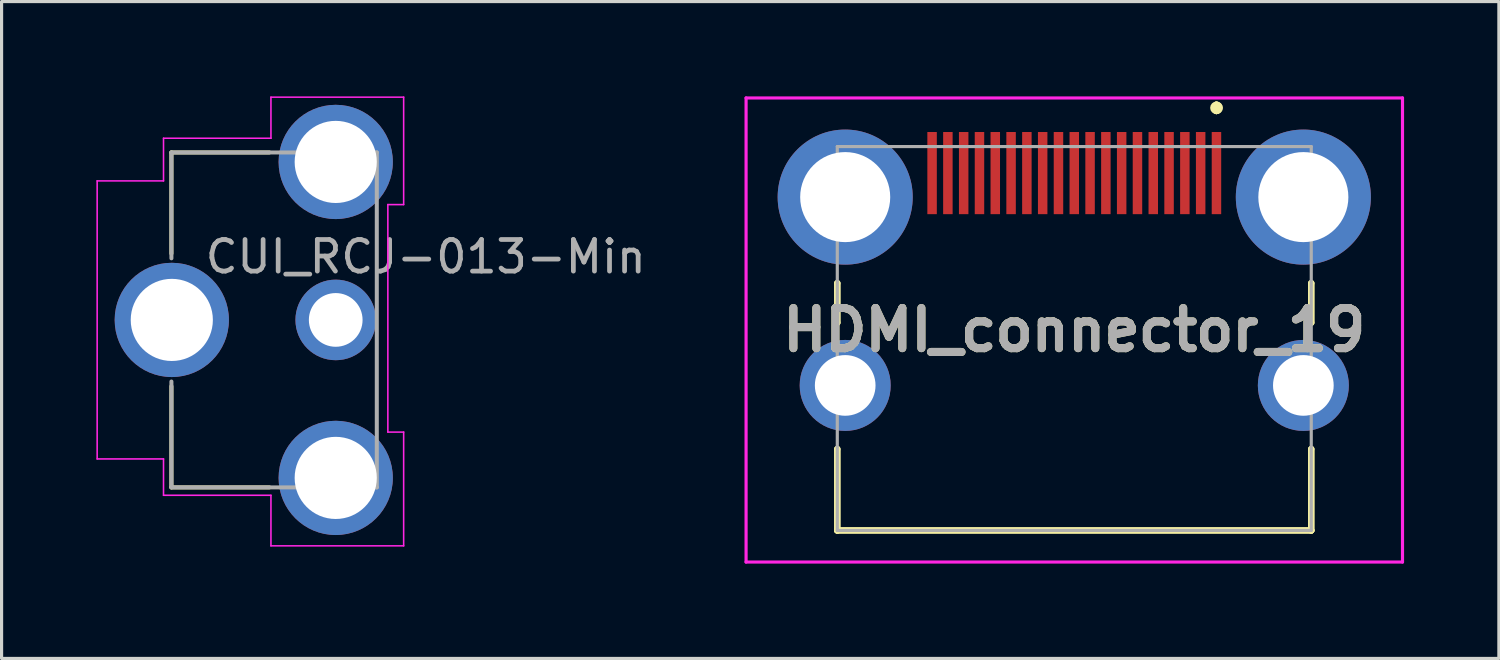
<source format=kicad_pcb>
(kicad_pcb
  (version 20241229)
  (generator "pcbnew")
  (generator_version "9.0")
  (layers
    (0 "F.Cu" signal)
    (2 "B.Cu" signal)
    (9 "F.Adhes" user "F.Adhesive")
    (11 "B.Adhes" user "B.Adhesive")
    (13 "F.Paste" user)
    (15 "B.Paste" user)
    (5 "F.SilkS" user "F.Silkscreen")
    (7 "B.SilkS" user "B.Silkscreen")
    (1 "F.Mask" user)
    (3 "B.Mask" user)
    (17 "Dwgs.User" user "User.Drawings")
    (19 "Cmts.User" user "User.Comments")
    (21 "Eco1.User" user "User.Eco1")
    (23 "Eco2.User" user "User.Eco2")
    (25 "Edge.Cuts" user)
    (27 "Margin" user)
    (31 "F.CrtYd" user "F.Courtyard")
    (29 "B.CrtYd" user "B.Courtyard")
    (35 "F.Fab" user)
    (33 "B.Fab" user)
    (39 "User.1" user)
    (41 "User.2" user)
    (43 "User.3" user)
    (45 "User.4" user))
  (footprint "HDMI_connector_19"
    (layer "F.Cu")
    (at 30.949 9.148)
    (property "Reference" "HDMI_connector_19" (at 0 -1.754 0) (layer "F.SilkS") (effects (font (size 1.27 1.27) (thickness 0.254))))
    (attr through_hole)
    (fp_line (start -7.5 -3.235) (end -7.5 -3.235) (stroke (width 0.2) (type solid)) (layer "F.SilkS"))
    (fp_line (start -7.5 -3.235) (end -7.5 -1.985) (stroke (width 0.2) (type solid)) (layer "F.SilkS"))
    (fp_line (start -7.5 -1.985) (end -7.5 -3.235) (stroke (width 0.2) (type solid)) (layer "F.SilkS"))
    (fp_line (start -7.5 -1.985) (end -7.5 -1.985) (stroke (width 0.2) (type solid)) (layer "F.SilkS"))
    (fp_line (start -7.5 2.015) (end -7.5 2.015) (stroke (width 0.2) (type solid)) (layer "F.SilkS"))
    (fp_line (start -7.5 2.015) (end -7.5 4.59) (stroke (width 0.2) (type solid)) (layer "F.SilkS"))
    (fp_line (start -7.5 4.59) (end -7.5 2.015) (stroke (width 0.2) (type solid)) (layer "F.SilkS"))
    (fp_line (start -7.5 4.59) (end -7.5 4.59) (stroke (width 0.2) (type solid)) (layer "F.SilkS"))
    (fp_line (start -7.5 4.59) (end -7.5 4.59) (stroke (width 0.2) (type solid)) (layer "F.SilkS"))
    (fp_line (start -7.5 4.59) (end 7.5 4.59) (stroke (width 0.2) (type solid)) (layer "F.SilkS"))
    (fp_line (start 4.5 -8.885) (end 4.5 -8.885) (stroke (width 0.2) (type solid)) (layer "F.SilkS"))
    (fp_line (start 4.5 -8.685) (end 4.5 -8.685) (stroke (width 0.2) (type solid)) (layer "F.SilkS"))
    (fp_line (start 4.5 -8.685) (end 4.5 -8.685) (stroke (width 0.2) (type solid)) (layer "F.SilkS"))
    (fp_line (start 7.5 -3.235) (end 7.5 -3.235) (stroke (width 0.2) (type solid)) (layer "F.SilkS"))
    (fp_line (start 7.5 -3.235) (end 7.5 -1.985) (stroke (width 0.2) (type solid)) (layer "F.SilkS"))
    (fp_line (start 7.5 -1.985) (end 7.5 -3.235) (stroke (width 0.2) (type solid)) (layer "F.SilkS"))
    (fp_line (start 7.5 -1.985) (end 7.5 -1.985) (stroke (width 0.2) (type solid)) (layer "F.SilkS"))
    (fp_line (start 7.5 2.015) (end 7.5 2.015) (stroke (width 0.2) (type solid)) (layer "F.SilkS"))
    (fp_line (start 7.5 2.015) (end 7.5 4.59) (stroke (width 0.2) (type solid)) (layer "F.SilkS"))
    (fp_line (start 7.5 4.59) (end -7.5 4.59) (stroke (width 0.2) (type solid)) (layer "F.SilkS"))
    (fp_line (start 7.5 4.59) (end 7.5 2.015) (stroke (width 0.2) (type solid)) (layer "F.SilkS"))
    (fp_line (start 7.5 4.59) (end 7.5 4.59) (stroke (width 0.2) (type solid)) (layer "F.SilkS"))
    (fp_line (start 7.5 4.59) (end 7.5 4.59) (stroke (width 0.2) (type solid)) (layer "F.SilkS"))
    (fp_arc (start 4.5 -8.885) (mid 4.6 -8.785) (end 4.5 -8.685) (stroke (width 0.2) (type solid)) (layer "F.SilkS"))
    (fp_arc (start 4.5 -8.885) (mid 4.6 -8.785) (end 4.5 -8.685) (stroke (width 0.2) (type solid)) (layer "F.SilkS"))
    (fp_arc (start 4.5 -8.685) (mid 4.4 -8.785) (end 4.5 -8.885) (stroke (width 0.2) (type solid)) (layer "F.SilkS"))
    (fp_line (start -10.387 -9.098) (end 10.388 -9.098) (stroke (width 0.1) (type solid)) (layer "F.CrtYd"))
    (fp_line (start -10.387 5.59) (end -10.387 -9.098) (stroke (width 0.1) (type solid)) (layer "F.CrtYd"))
    (fp_line (start 10.388 -9.098) (end 10.388 5.59) (stroke (width 0.1) (type solid)) (layer "F.CrtYd"))
    (fp_line (start 10.388 5.59) (end -10.387 5.59) (stroke (width 0.1) (type solid)) (layer "F.CrtYd"))
    (fp_line (start -7.5 -7.56) (end -7.5 4.59) (stroke (width 0.1) (type solid)) (layer "F.Fab"))
    (fp_line (start -7.5 4.59) (end 7.5 4.59) (stroke (width 0.1) (type solid)) (layer "F.Fab"))
    (fp_line (start 7.5 -7.56) (end -7.5 -7.56) (stroke (width 0.1) (type solid)) (layer "F.Fab"))
    (fp_line (start 7.5 4.59) (end 7.5 -7.56) (stroke (width 0.1) (type solid)) (layer "F.Fab"))
    (fp_text user "${REFERENCE}" (at 0 -1.754 0) (layer "F.Fab") (effects (font (size 1.27 1.27) (thickness 0.254))))
    (pad "1" smd rect (at 4.5 -6.72) (size 0.3 2.6) (layers "F.Cu" "F.Mask" "F.Paste"))
    (pad "2" smd rect (at 4 -6.72) (size 0.3 2.6) (layers "F.Cu" "F.Mask" "F.Paste"))
    (pad "3" smd rect (at 3.5 -6.72) (size 0.3 2.6) (layers "F.Cu" "F.Mask" "F.Paste"))
    (pad "4" smd rect (at 3 -6.72) (size 0.3 2.6) (layers "F.Cu" "F.Mask" "F.Paste"))
    (pad "5" smd rect (at 2.5 -6.72) (size 0.3 2.6) (layers "F.Cu" "F.Mask" "F.Paste"))
    (pad "6" smd rect (at 2 -6.72) (size 0.3 2.6) (layers "F.Cu" "F.Mask" "F.Paste"))
    (pad "7" smd rect (at 1.5 -6.72) (size 0.3 2.6) (layers "F.Cu" "F.Mask" "F.Paste"))
    (pad "8" smd rect (at 1 -6.72) (size 0.3 2.6) (layers "F.Cu" "F.Mask" "F.Paste"))
    (pad "9" smd rect (at 0.5 -6.72) (size 0.3 2.6) (layers "F.Cu" "F.Mask" "F.Paste"))
    (pad "10" smd rect (at 0 -6.72) (size 0.3 2.6) (layers "F.Cu" "F.Mask" "F.Paste"))
    (pad "11" smd rect (at -0.5 -6.72) (size 0.3 2.6) (layers "F.Cu" "F.Mask" "F.Paste"))
    (pad "12" smd rect (at -1 -6.72) (size 0.3 2.6) (layers "F.Cu" "F.Mask" "F.Paste"))
    (pad "13" smd rect (at -1.5 -6.72) (size 0.3 2.6) (layers "F.Cu" "F.Mask" "F.Paste"))
    (pad "14" smd rect (at -2 -6.72) (size 0.3 2.6) (layers "F.Cu" "F.Mask" "F.Paste"))
    (pad "15" smd rect (at -2.5 -6.72) (size 0.3 2.6) (layers "F.Cu" "F.Mask" "F.Paste"))
    (pad "16" smd rect (at -3 -6.72) (size 0.3 2.6) (layers "F.Cu" "F.Mask" "F.Paste"))
    (pad "17" smd rect (at -3.5 -6.72) (size 0.3 2.6) (layers "F.Cu" "F.Mask" "F.Paste"))
    (pad "18" smd rect (at -4 -6.72) (size 0.3 2.6) (layers "F.Cu" "F.Mask" "F.Paste"))
    (pad "19" smd rect (at -4.5 -6.72) (size 0.3 2.6) (layers "F.Cu" "F.Mask" "F.Paste"))
    (pad "MH1" thru_hole circle (at 7.25 -5.96) (size 4.275 4.275) (drill 2.85) (layers "*.Cu" "*.Mask"))
    (pad "MH2" thru_hole circle (at -7.25 -5.96) (size 4.275 4.275) (drill 2.85) (layers "*.Cu" "*.Mask"))
    (pad "MH3" thru_hole circle (at 7.25 0) (size 2.88 2.88) (drill 1.92) (layers "*.Cu" "*.Mask"))
    (pad "MH4" thru_hole circle (at -7.25 0) (size 2.88 2.88) (drill 1.92) (layers "*.Cu" "*.Mask")))
  (footprint "CUI_RCJ-013-Min"
    (layer "F.Cu")
    (at 1.625 7.075)
    (property "Reference" "CUI_RCJ-013-Min" (at 8.8 -2 0) (layer "F.Fab") (effects (font (size 1.001 1.001) (thickness 0.15))))
    (attr through_hole)
    (fp_line (start 0.75 -5.3) (end 0.75 -2.1) (stroke (width 0.127) (type solid)) (layer "F.SilkS"))
    (fp_line (start 0.75 2.1) (end 0.75 5.3) (stroke (width 0.127) (type solid)) (layer "F.SilkS"))
    (fp_line (start 0.75 5.3) (end 3.85 5.3) (stroke (width 0.127) (type solid)) (layer "F.SilkS"))
    (fp_line (start 3.85 -5.3) (end 0.75 -5.3) (stroke (width 0.127) (type solid)) (layer "F.SilkS"))
    (fp_line (start -1.6 -4.4) (end -1.6 4.4) (stroke (width 0.05) (type solid)) (layer "F.CrtYd"))
    (fp_line (start -1.6 4.4) (end 0.5 4.4) (stroke (width 0.05) (type solid)) (layer "F.CrtYd"))
    (fp_line (start 0.5 -5.75) (end 0.5 -4.4) (stroke (width 0.05) (type solid)) (layer "F.CrtYd"))
    (fp_line (start 0.5 -4.4) (end -1.6 -4.4) (stroke (width 0.05) (type solid)) (layer "F.CrtYd"))
    (fp_line (start 0.5 4.4) (end 0.5 5.55) (stroke (width 0.05) (type solid)) (layer "F.CrtYd"))
    (fp_line (start 0.5 5.55) (end 3.9 5.55) (stroke (width 0.05) (type solid)) (layer "F.CrtYd"))
    (fp_line (start 3.9 -7.05) (end 8.1 -7.05) (stroke (width 0.05) (type solid)) (layer "F.CrtYd"))
    (fp_line (start 3.9 -5.75) (end 0.5 -5.75) (stroke (width 0.05) (type solid)) (layer "F.CrtYd"))
    (fp_line (start 3.9 -5.75) (end 3.9 -7.05) (stroke (width 0.05) (type solid)) (layer "F.CrtYd"))
    (fp_line (start 3.9 7.15) (end 3.9 5.55) (stroke (width 0.05) (type solid)) (layer "F.CrtYd"))
    (fp_line (start 7.6 -3.65) (end 7.6 3.55) (stroke (width 0.05) (type solid)) (layer "F.CrtYd"))
    (fp_line (start 7.6 3.55) (end 8.1 3.55) (stroke (width 0.05) (type solid)) (layer "F.CrtYd"))
    (fp_line (start 8.1 -7.05) (end 8.1 -3.65) (stroke (width 0.05) (type solid)) (layer "F.CrtYd"))
    (fp_line (start 8.1 -3.65) (end 7.6 -3.65) (stroke (width 0.05) (type solid)) (layer "F.CrtYd"))
    (fp_line (start 8.1 7.15) (end 3.9 7.15) (stroke (width 0.05) (type solid)) (layer "F.CrtYd"))
    (fp_line (start 8.1 7.15) (end 8.1 3.55) (stroke (width 0.05) (type solid)) (layer "F.CrtYd"))
    (fp_line (start 0.75 -5.3) (end 0.75 -1.95) (stroke (width 0.127) (type solid)) (layer "F.Fab"))
    (fp_line (start 0.75 1.95) (end 0.75 5.3) (stroke (width 0.127) (type solid)) (layer "F.Fab"))
    (fp_line (start 0.75 5.3) (end 7.25 5.3) (stroke (width 0.127) (type solid)) (layer "F.Fab"))
    (fp_line (start 7.25 -5.3) (end 0.75 -5.3) (stroke (width 0.127) (type solid)) (layer "F.Fab"))
    (fp_line (start 7.25 5.3) (end 7.25 -5.3) (stroke (width 0.127) (type solid)) (layer "F.Fab"))
    (pad "1" thru_hole circle (at 5.95 0) (size 2.55 2.55) (drill 1.7) (layers "*.Cu" "*.Mask"))
    (pad "2" thru_hole circle (at 0.762 0) (size 3.616 3.616) (drill 2.6) (layers "*.Cu" "*.Mask"))
    (pad "2" thru_hole circle (at 5.95 -5) (size 3.616 3.616) (drill 2.6) (layers "*.Cu" "*.Mask"))
    (pad "2" thru_hole circle (at 5.95 5) (size 3.616 3.616) (drill 2.6) (layers "*.Cu" "*.Mask")))
  (gr_rect
    (start -3 -3)
    (end 44.387 17.788)
    (stroke (width 0.1) (type default))
    (fill no)
    (layer "Edge.Cuts")))
</source>
